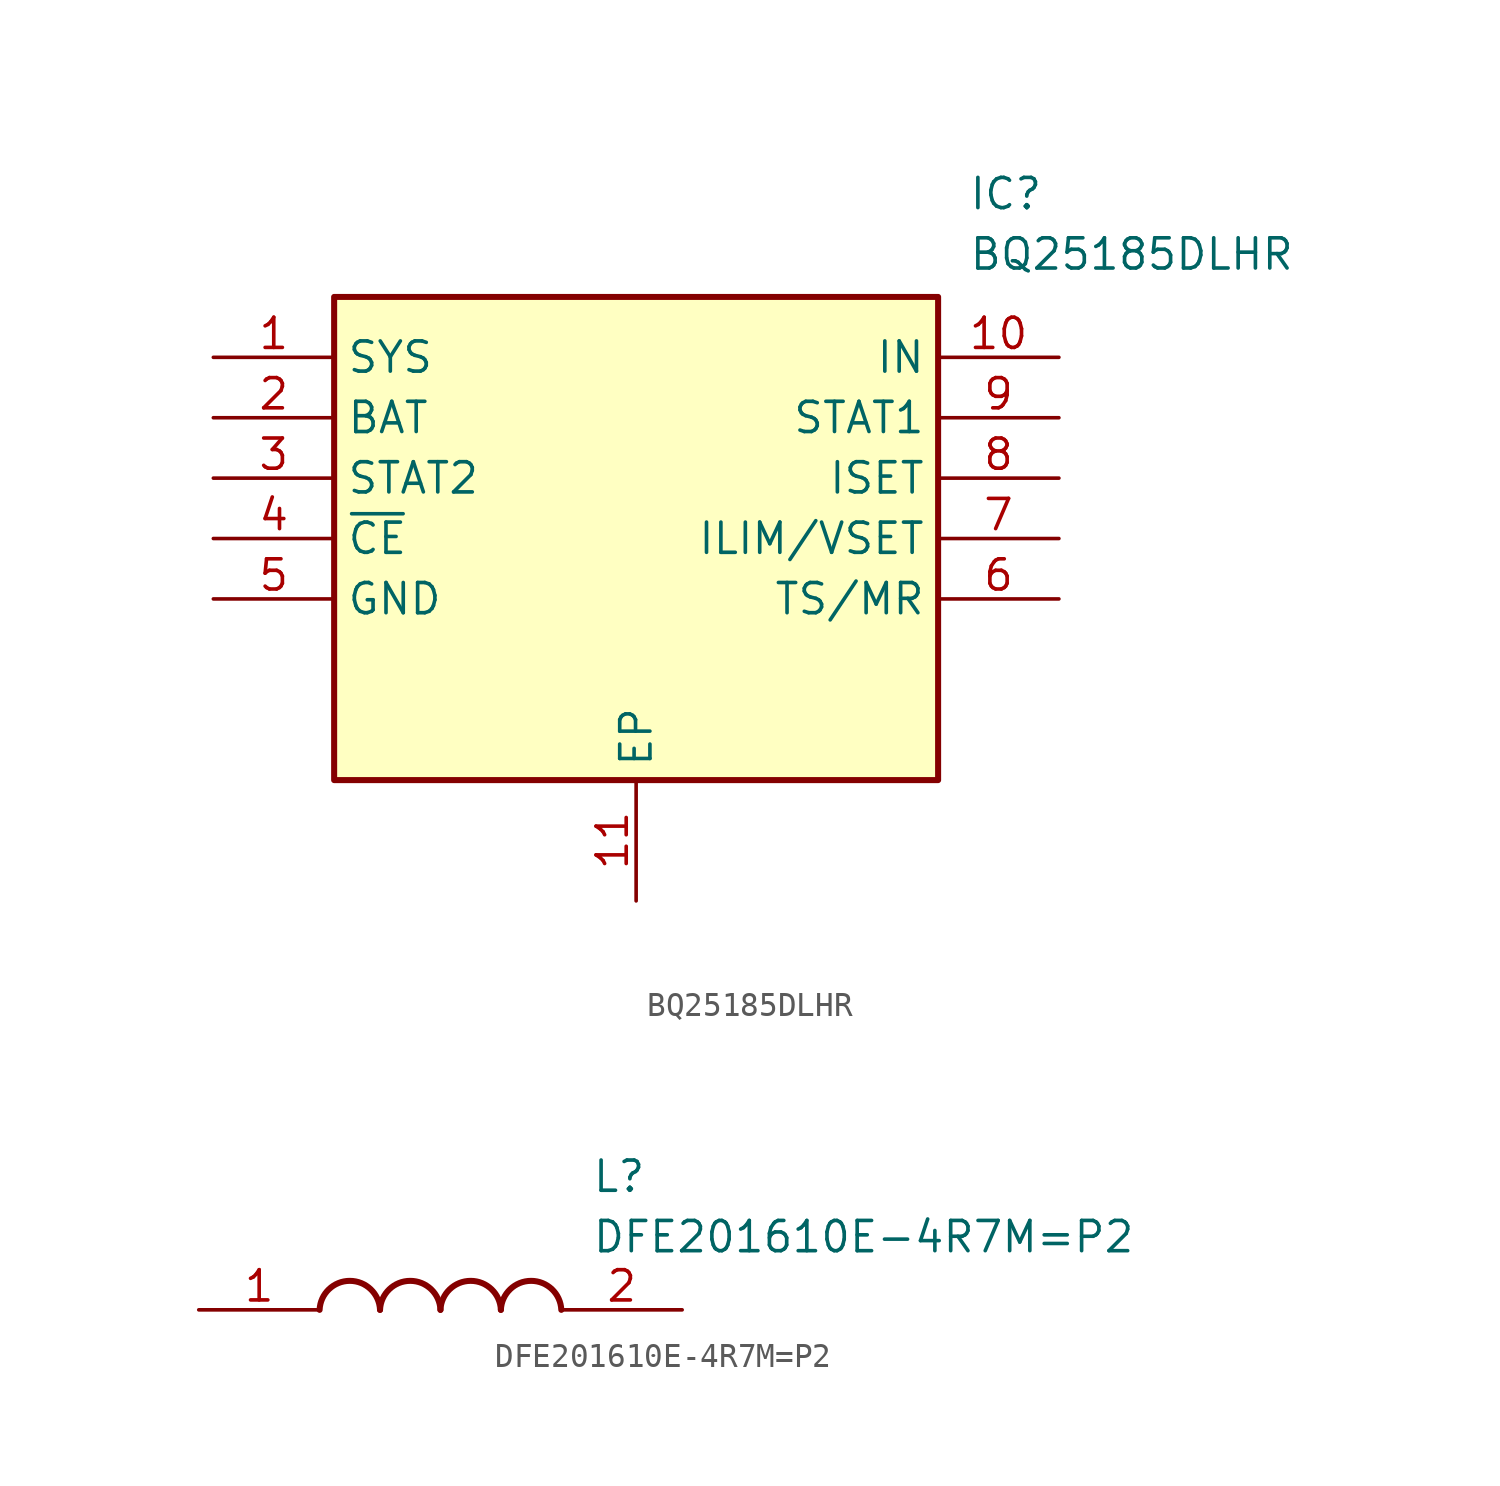
<source format=kicad_sym>
(kicad_symbol_lib
  (version 20241209)
  (generator "kicad_symbol_editor")
  (generator_version "9.0")
  (symbol "BQ25185DLHR"
    (property "Reference" "IC"
      (at 31.75 7.62 0)
      (effects (font (size 1.27 1.27)) (justify left top)))
    (property "Value" "BQ25185DLHR"
      (at 31.75 5.08 0)
      (effects (font (size 1.27 1.27)) (justify left top)))
    (symbol "BQ25185DLHR_1_1"
      (rectangle (start 5.08 2.54) (end 30.48 -17.78) (stroke (width 0.254) (type default)) (fill (type background)))
      (pin passive line (at 0 0 0) (length 5.08) (name "SYS" (effects (font (size 1.27 1.27)))) (number "1" (effects (font (size 1.27 1.27)))))
      (pin passive line (at 0 -2.54 0) (length 5.08) (name "BAT" (effects (font (size 1.27 1.27)))) (number "2" (effects (font (size 1.27 1.27)))))
      (pin passive line (at 0 -5.08 0) (length 5.08) (name "STAT2" (effects (font (size 1.27 1.27)))) (number "3" (effects (font (size 1.27 1.27)))))
      (pin passive line (at 0 -7.62 0) (length 5.08) (name "~{CE}" (effects (font (size 1.27 1.27)))) (number "4" (effects (font (size 1.27 1.27)))))
      (pin passive line (at 0 -10.16 0) (length 5.08) (name "GND" (effects (font (size 1.27 1.27)))) (number "5" (effects (font (size 1.27 1.27)))))
      (pin passive line (at 17.78 -22.86 90) (length 5.08) (name "EP" (effects (font (size 1.27 1.27)))) (number "11" (effects (font (size 1.27 1.27)))))
      (pin passive line (at 35.56 0 180) (length 5.08) (name "IN" (effects (font (size 1.27 1.27)))) (number "10" (effects (font (size 1.27 1.27)))))
      (pin passive line (at 35.56 -2.54 180) (length 5.08) (name "STAT1" (effects (font (size 1.27 1.27)))) (number "9" (effects (font (size 1.27 1.27)))))
      (pin passive line (at 35.56 -5.08 180) (length 5.08) (name "ISET" (effects (font (size 1.27 1.27)))) (number "8" (effects (font (size 1.27 1.27)))))
      (pin passive line (at 35.56 -7.62 180) (length 5.08) (name "ILIM/VSET" (effects (font (size 1.27 1.27)))) (number "7" (effects (font (size 1.27 1.27)))))
      (pin passive line (at 35.56 -10.16 180) (length 5.08) (name "TS/MR" (effects (font (size 1.27 1.27)))) (number "6" (effects (font (size 1.27 1.27)))))))
  (symbol "DFE201610E-4R7M=P2"
    (pin_names
      (hide yes))
    (property "Reference" "L"
      (at 16.51 6.35 0)
      (effects (font (size 1.27 1.27)) (justify left top)))
    (property "Value" "DFE201610E-4R7M=P2"
      (at 16.51 3.81 0)
      (effects (font (size 1.27 1.27)) (justify left top)))
    (symbol "DFE201610E-4R7M=P2_1_1"
      (arc (start 5.08 0) (mid 6.35 1.219) (end 7.62 0) (stroke (width 0.254) (type default)) (fill (type none)))
      (arc (start 7.62 0) (mid 8.89 1.219) (end 10.16 0) (stroke (width 0.254) (type default)) (fill (type none)))
      (arc (start 10.16 0) (mid 11.43 1.219) (end 12.7 0) (stroke (width 0.254) (type default)) (fill (type none)))
      (arc (start 12.7 0) (mid 13.97 1.219) (end 15.24 0) (stroke (width 0.254) (type default)) (fill (type none)))
      (pin passive line (at 0 0 0) (length 5.08) (name "1" (effects (font (size 1.27 1.27)))) (number "1" (effects (font (size 1.27 1.27)))))
      (pin passive line (at 20.32 0 180) (length 5.08) (name "2" (effects (font (size 1.27 1.27)))) (number "2" (effects (font (size 1.27 1.27))))))))
</source>
